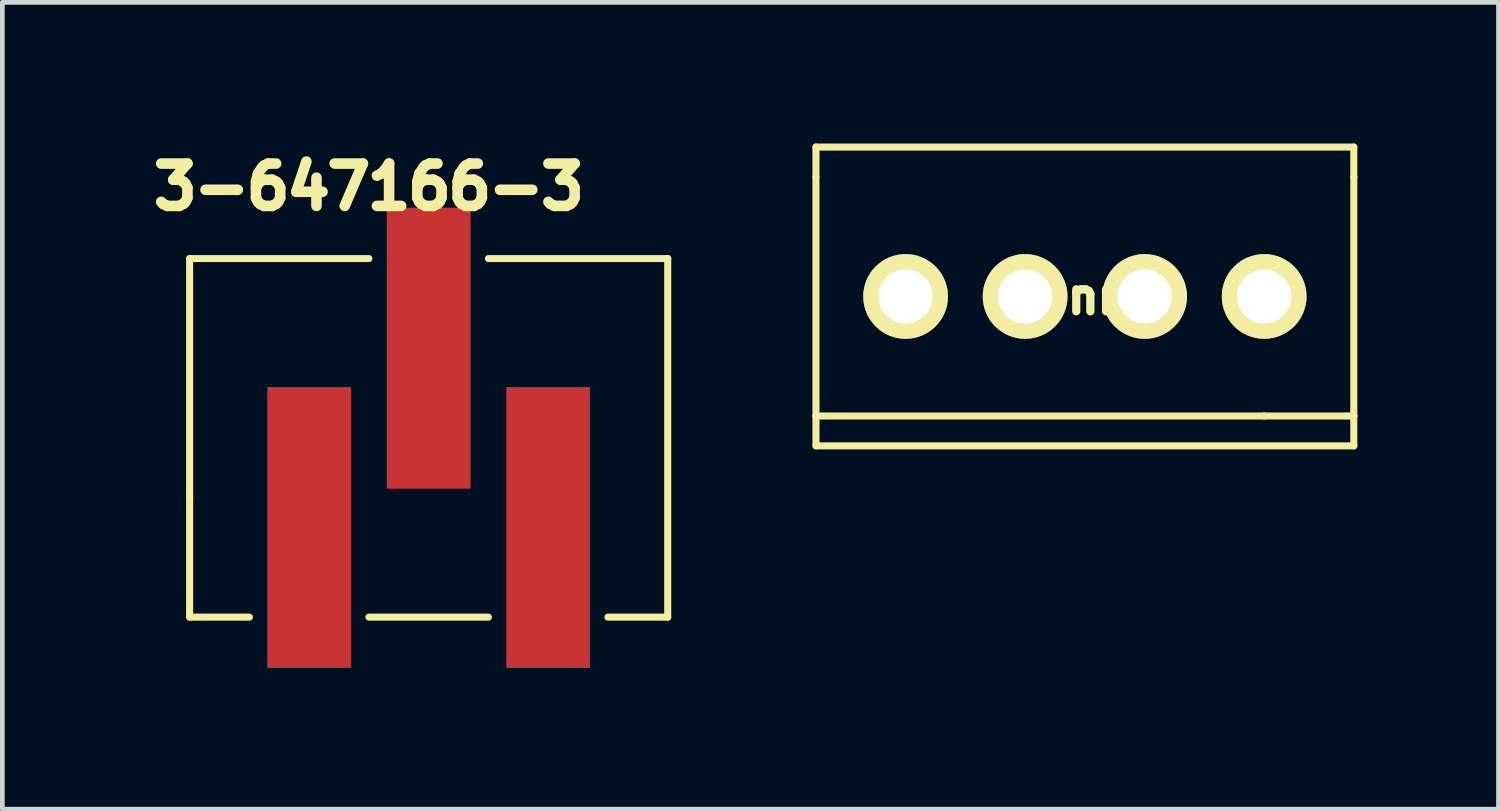
<source format=kicad_pcb>
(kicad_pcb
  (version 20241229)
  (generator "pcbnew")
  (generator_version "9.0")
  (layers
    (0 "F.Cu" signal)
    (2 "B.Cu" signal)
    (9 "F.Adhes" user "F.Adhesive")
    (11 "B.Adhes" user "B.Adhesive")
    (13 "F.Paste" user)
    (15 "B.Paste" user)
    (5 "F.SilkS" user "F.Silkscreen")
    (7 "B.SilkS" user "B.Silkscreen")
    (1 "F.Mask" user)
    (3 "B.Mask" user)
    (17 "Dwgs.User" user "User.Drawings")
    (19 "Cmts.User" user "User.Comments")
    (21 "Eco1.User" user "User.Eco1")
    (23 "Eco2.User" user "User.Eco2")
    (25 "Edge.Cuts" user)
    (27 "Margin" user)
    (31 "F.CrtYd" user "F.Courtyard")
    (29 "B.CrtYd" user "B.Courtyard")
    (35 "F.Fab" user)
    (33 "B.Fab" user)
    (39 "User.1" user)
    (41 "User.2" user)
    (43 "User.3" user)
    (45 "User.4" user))
  (footprint "3-647166-3"
    (layer "F.Cu")
    (at 6.06 6.255)
    (property "Reference" "3-647166-3" (at -1.27 -5.334 0) (layer "F.SilkS") (effects (font (size 0.9 0.9) (thickness 0.225))))
    (attr through_hole)
    (fp_line (start -5.08 -3.81) (end -5.08 1.27) (stroke (width 0.15) (type solid)) (layer "F.SilkS"))
    (fp_line (start -5.08 1.27) (end -5.08 3.81) (stroke (width 0.15) (type solid)) (layer "F.SilkS"))
    (fp_line (start -5.08 3.81) (end -3.81 3.81) (stroke (width 0.15) (type solid)) (layer "F.SilkS"))
    (fp_line (start -1.27 -3.81) (end -5.08 -3.81) (stroke (width 0.15) (type solid)) (layer "F.SilkS"))
    (fp_line (start -1.27 3.81) (end 1.27 3.81) (stroke (width 0.15) (type solid)) (layer "F.SilkS"))
    (fp_line (start 3.81 3.81) (end 5.08 3.81) (stroke (width 0.15) (type solid)) (layer "F.SilkS"))
    (fp_line (start 5.08 -3.81) (end 1.27 -3.81) (stroke (width 0.15) (type solid)) (layer "F.SilkS"))
    (fp_line (start 5.08 3.81) (end 5.08 -3.81) (stroke (width 0.15) (type solid)) (layer "F.SilkS"))
    (pad "1" smd rect (at -2.54 1.905) (size 1.78 5.97) (layers "F.Cu" "F.Mask" "F.Paste"))
    (pad "2" smd rect (at 0 -1.905) (size 1.78 5.97) (layers "F.Cu" "F.Mask" "F.Paste"))
    (pad "3" smd rect (at 2.54 1.905) (size 1.78 5.97) (layers "F.Cu" "F.Mask" "F.Paste")))
  (footprint "conn4"
    (layer "F.Cu")
    (at 20.005 3.25)
    (property "Reference" "conn4" (at 0 0 0) (layer "F.SilkS") (effects (font (size 0.7 0.7) (thickness 0.175))))
    (attr through_hole)
    (fp_line (start -5.715 -3.175) (end -5.715 -2.54) (stroke (width 0.15) (type solid)) (layer "F.SilkS"))
    (fp_line (start -5.715 -2.54) (end -5.715 2.54) (stroke (width 0.15) (type solid)) (layer "F.SilkS"))
    (fp_line (start -5.715 2.54) (end -5.715 3.175) (stroke (width 0.15) (type solid)) (layer "F.SilkS"))
    (fp_line (start -5.715 2.54) (end 3.81 2.54) (stroke (width 0.15) (type solid)) (layer "F.SilkS"))
    (fp_line (start 3.81 2.54) (end 5.715 2.54) (stroke (width 0.15) (type solid)) (layer "F.SilkS"))
    (fp_line (start 5.715 -3.175) (end -5.715 -3.175) (stroke (width 0.15) (type solid)) (layer "F.SilkS"))
    (fp_line (start 5.715 -3.175) (end 5.715 -2.54) (stroke (width 0.15) (type solid)) (layer "F.SilkS"))
    (fp_line (start 5.715 -2.54) (end 5.715 2.54) (stroke (width 0.15) (type solid)) (layer "F.SilkS"))
    (fp_line (start 5.715 2.54) (end 5.715 3.175) (stroke (width 0.15) (type solid)) (layer "F.SilkS"))
    (fp_line (start 5.715 3.175) (end -5.715 3.175) (stroke (width 0.15) (type solid)) (layer "F.SilkS"))
    (pad "1" thru_hole circle (at 3.81 0) (size 1.8 1.8) (drill 1.15) (layers "*.Cu" "*.Mask" "F.SilkS"))
    (pad "2" thru_hole circle (at 1.27 0) (size 1.8 1.8) (drill 1.15) (layers "*.Cu" "*.Mask" "F.SilkS"))
    (pad "3" thru_hole circle (at -1.27 0) (size 1.8 1.8) (drill 1.15) (layers "*.Cu" "*.Mask" "F.SilkS"))
    (pad "4" thru_hole circle (at -3.81 0) (size 1.8 1.8) (drill 1.15) (layers "*.Cu" "*.Mask" "F.SilkS")))
  (gr_rect
    (start -3 -3)
    (end 28.795 14.145)
    (stroke (width 0.1) (type default))
    (fill no)
    (layer "Edge.Cuts")))
</source>
